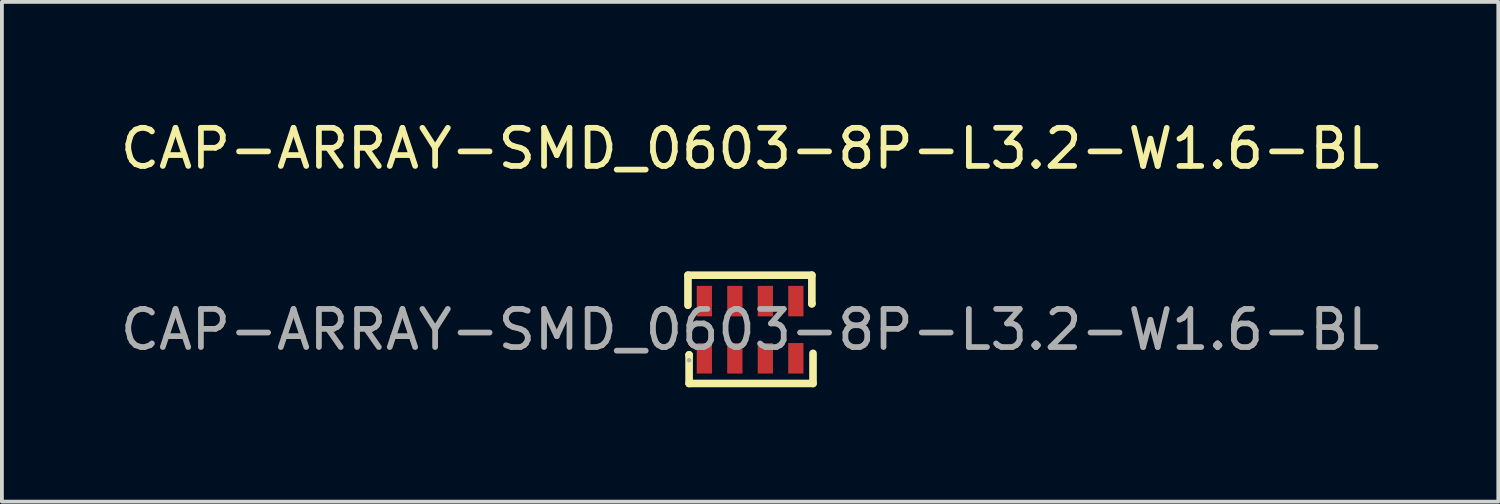
<source format=kicad_pcb>
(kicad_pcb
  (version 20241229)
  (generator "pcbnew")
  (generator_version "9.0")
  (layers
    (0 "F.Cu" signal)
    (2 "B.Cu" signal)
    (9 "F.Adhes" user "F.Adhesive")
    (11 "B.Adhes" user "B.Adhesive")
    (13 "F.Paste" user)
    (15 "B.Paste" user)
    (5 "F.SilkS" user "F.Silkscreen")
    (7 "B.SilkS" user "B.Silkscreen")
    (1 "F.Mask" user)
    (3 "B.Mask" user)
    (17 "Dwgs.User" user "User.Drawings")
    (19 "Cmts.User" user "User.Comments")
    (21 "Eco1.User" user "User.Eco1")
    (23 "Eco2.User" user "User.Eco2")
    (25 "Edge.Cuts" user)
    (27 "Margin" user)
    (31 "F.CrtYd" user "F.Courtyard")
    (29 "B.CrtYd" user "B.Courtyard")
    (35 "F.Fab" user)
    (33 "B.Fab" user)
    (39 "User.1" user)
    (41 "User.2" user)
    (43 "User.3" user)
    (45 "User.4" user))
  (footprint "CAP-ARRAY-SMD_0603-8P-L3.2-W1.6-BL"
    (layer "F.Cu")
    (at 16.625 5.598)
    (property "Reference" "CAP-ARRAY-SMD_0603-8P-L3.2-W1.6-BL" (at 0 -4.75 0) (layer "F.SilkS") (effects (font (size 1 1) (thickness 0.15))))
    (attr through_hole)
    (fp_line (start -1.63 -1.43) (end 1.62 -1.43) (stroke (width 0.2) (type solid)) (layer "F.SilkS"))
    (fp_line (start -1.63 -0.64) (end -1.63 -1.43) (stroke (width 0.2) (type solid)) (layer "F.SilkS"))
    (fp_line (start -1.6 0.66) (end -1.6 0.67) (stroke (width 0.2) (type solid)) (layer "F.SilkS"))
    (fp_line (start -1.6 1.41) (end -1.6 0.66) (stroke (width 0.2) (type solid)) (layer "F.SilkS"))
    (fp_line (start 1.62 -1.43) (end 1.62 -0.68) (stroke (width 0.2) (type solid)) (layer "F.SilkS"))
    (fp_line (start 1.62 -0.68) (end 1.62 -0.69) (stroke (width 0.2) (type solid)) (layer "F.SilkS"))
    (fp_line (start 1.65 0.62) (end 1.65 1.41) (stroke (width 0.2) (type solid)) (layer "F.SilkS"))
    (fp_line (start 1.65 1.41) (end -1.6 1.41) (stroke (width 0.2) (type solid)) (layer "F.SilkS"))
    (fp_circle (center -1.6 0.8) (end -1.57 0.8) (stroke (width 0.06) (type solid)) (fill no) (layer "F.Fab"))
    (fp_text user "${REFERENCE}" (at 0 0 0) (layer "F.Fab") (effects (font (size 1 1) (thickness 0.15))))
    (pad "1" smd rect (at -1.2 0.75 90) (size 0.8 0.4) (layers "F.Cu" "F.Mask" "F.Paste"))
    (pad "2" smd rect (at -0.4 0.75 90) (size 0.8 0.4) (layers "F.Cu" "F.Mask" "F.Paste"))
    (pad "3" smd rect (at 0.4 0.75 90) (size 0.8 0.4) (layers "F.Cu" "F.Mask" "F.Paste"))
    (pad "4" smd rect (at 1.2 0.75 90) (size 0.8 0.4) (layers "F.Cu" "F.Mask" "F.Paste"))
    (pad "5" smd rect (at 1.2 -0.75 90) (size 0.8 0.4) (layers "F.Cu" "F.Mask" "F.Paste"))
    (pad "6" smd rect (at 0.4 -0.75 90) (size 0.8 0.4) (layers "F.Cu" "F.Mask" "F.Paste"))
    (pad "7" smd rect (at -0.4 -0.75 90) (size 0.8 0.4) (layers "F.Cu" "F.Mask" "F.Paste"))
    (pad "8" smd rect (at -1.2 -0.75 90) (size 0.8 0.4) (layers "F.Cu" "F.Mask" "F.Paste")))
  (gr_rect
    (start -3 -3)
    (end 36.25 10.108)
    (stroke (width 0.1) (type default))
    (fill no)
    (layer "Edge.Cuts")))
</source>
